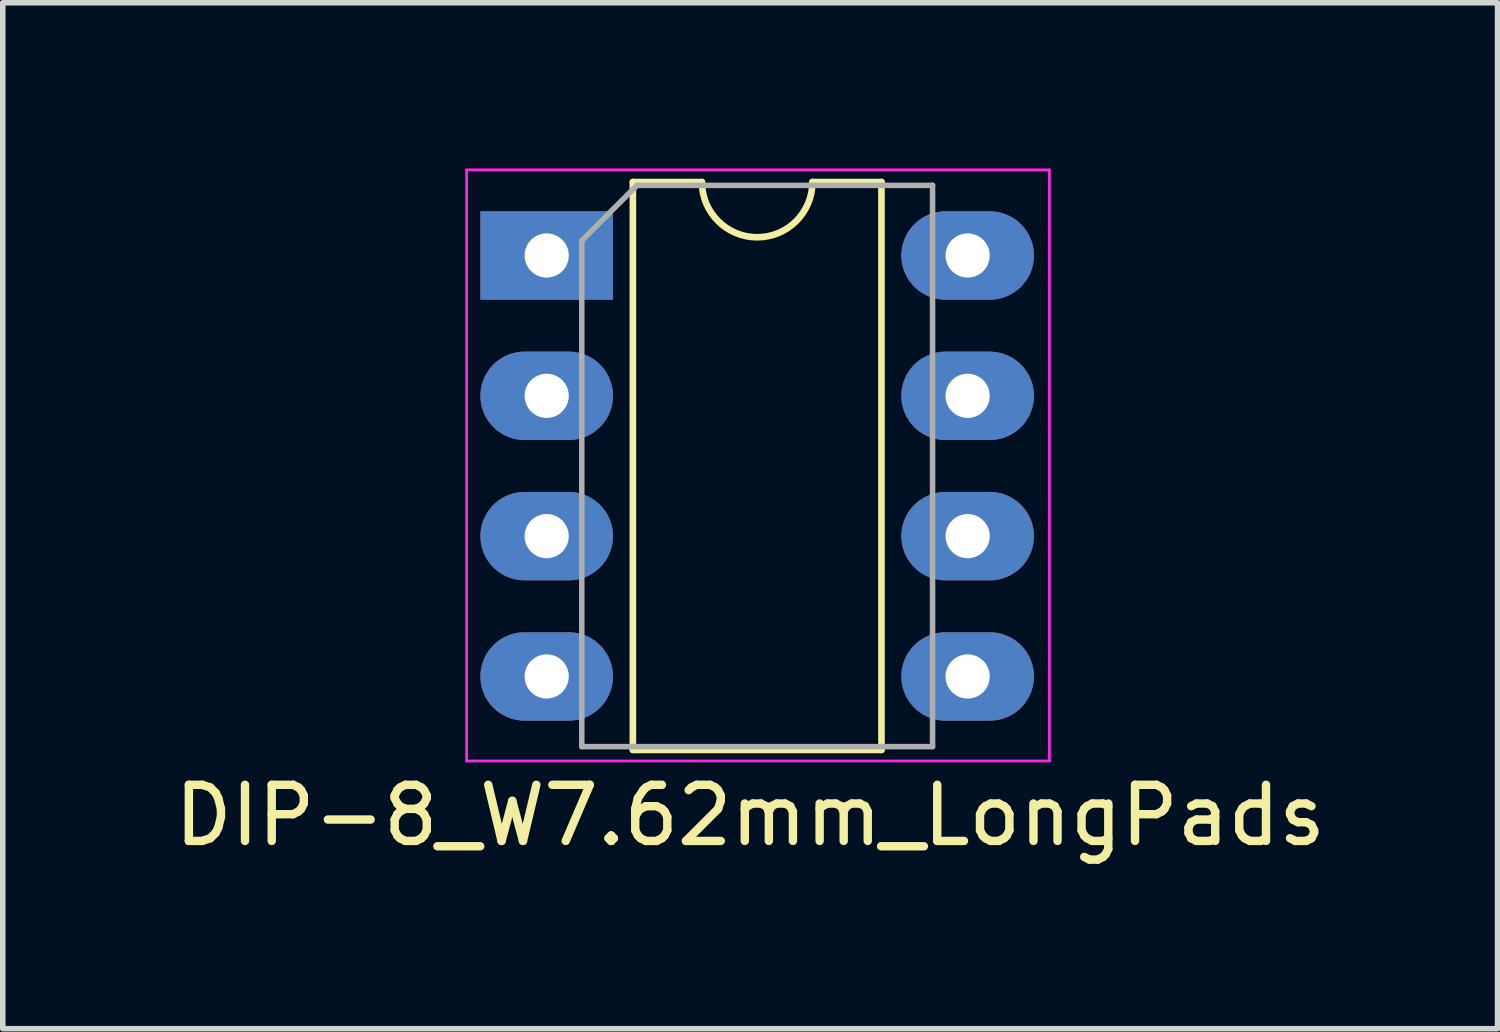
<source format=kicad_pcb>
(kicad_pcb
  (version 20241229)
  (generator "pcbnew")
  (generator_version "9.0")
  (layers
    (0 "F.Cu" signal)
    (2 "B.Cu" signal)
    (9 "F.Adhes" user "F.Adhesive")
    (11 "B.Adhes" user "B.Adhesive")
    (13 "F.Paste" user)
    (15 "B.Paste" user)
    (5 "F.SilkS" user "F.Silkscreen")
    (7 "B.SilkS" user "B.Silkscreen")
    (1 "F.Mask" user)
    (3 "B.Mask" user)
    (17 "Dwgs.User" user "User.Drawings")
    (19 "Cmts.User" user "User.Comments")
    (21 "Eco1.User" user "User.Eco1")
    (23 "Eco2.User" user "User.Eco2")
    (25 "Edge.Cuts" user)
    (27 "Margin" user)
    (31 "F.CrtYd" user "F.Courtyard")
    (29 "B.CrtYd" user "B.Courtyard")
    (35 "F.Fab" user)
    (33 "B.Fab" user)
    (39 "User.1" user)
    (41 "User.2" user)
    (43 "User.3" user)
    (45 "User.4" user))
  (footprint "DIP-8_W7.62mm_LongPads"
    (layer "F.Cu")
    (at 6.846 1.575)
    (property "Reference" "DIP-8_W7.62mm_LongPads" (at 3.683 10.135 0) (layer "F.SilkS") (effects (font (size 1.016 1.016) (thickness 0.152))))
    (attr through_hole)
    (fp_line (start 1.56 -1.33) (end 1.56 8.95) (stroke (width 0.12) (type solid)) (layer "F.SilkS"))
    (fp_line (start 1.56 8.95) (end 6.06 8.95) (stroke (width 0.12) (type solid)) (layer "F.SilkS"))
    (fp_line (start 2.81 -1.33) (end 1.56 -1.33) (stroke (width 0.12) (type solid)) (layer "F.SilkS"))
    (fp_line (start 6.06 -1.33) (end 4.81 -1.33) (stroke (width 0.12) (type solid)) (layer "F.SilkS"))
    (fp_line (start 6.06 8.95) (end 6.06 -1.33) (stroke (width 0.12) (type solid)) (layer "F.SilkS"))
    (fp_arc (start 4.81 -1.33) (mid 3.81 -0.33) (end 2.81 -1.33) (stroke (width 0.12) (type solid)) (layer "F.SilkS"))
    (fp_line (start -1.45 -1.55) (end -1.45 9.15) (stroke (width 0.05) (type solid)) (layer "F.CrtYd"))
    (fp_line (start -1.45 9.15) (end 9.1 9.15) (stroke (width 0.05) (type solid)) (layer "F.CrtYd"))
    (fp_line (start 9.1 -1.55) (end -1.45 -1.55) (stroke (width 0.05) (type solid)) (layer "F.CrtYd"))
    (fp_line (start 9.1 9.15) (end 9.1 -1.55) (stroke (width 0.05) (type solid)) (layer "F.CrtYd"))
    (fp_line (start 0.635 -0.27) (end 1.635 -1.27) (stroke (width 0.1) (type solid)) (layer "F.Fab"))
    (fp_line (start 0.635 8.89) (end 0.635 -0.27) (stroke (width 0.1) (type solid)) (layer "F.Fab"))
    (fp_line (start 1.635 -1.27) (end 6.985 -1.27) (stroke (width 0.1) (type solid)) (layer "F.Fab"))
    (fp_line (start 6.985 -1.27) (end 6.985 8.89) (stroke (width 0.1) (type solid)) (layer "F.Fab"))
    (fp_line (start 6.985 8.89) (end 0.635 8.89) (stroke (width 0.1) (type solid)) (layer "F.Fab"))
    (pad "1" thru_hole rect (at 0 0) (size 2.4 1.6) (drill 0.8) (layers "*.Cu" "*.Mask"))
    (pad "2" thru_hole oval (at 0 2.54) (size 2.4 1.6) (drill 0.8) (layers "*.Cu" "*.Mask"))
    (pad "3" thru_hole oval (at 0 5.08) (size 2.4 1.6) (drill 0.8) (layers "*.Cu" "*.Mask"))
    (pad "4" thru_hole oval (at 0 7.62) (size 2.4 1.6) (drill 0.8) (layers "*.Cu" "*.Mask"))
    (pad "5" thru_hole oval (at 7.62 7.62) (size 2.4 1.6) (drill 0.8) (layers "*.Cu" "*.Mask"))
    (pad "6" thru_hole oval (at 7.62 5.08) (size 2.4 1.6) (drill 0.8) (layers "*.Cu" "*.Mask"))
    (pad "7" thru_hole oval (at 7.62 2.54) (size 2.4 1.6) (drill 0.8) (layers "*.Cu" "*.Mask"))
    (pad "8" thru_hole oval (at 7.62 0) (size 2.4 1.6) (drill 0.8) (layers "*.Cu" "*.Mask")))
  (gr_rect
    (start -3 -3)
    (end 24.058 15.571)
    (stroke (width 0.1) (type default))
    (fill no)
    (layer "Edge.Cuts")))
</source>
